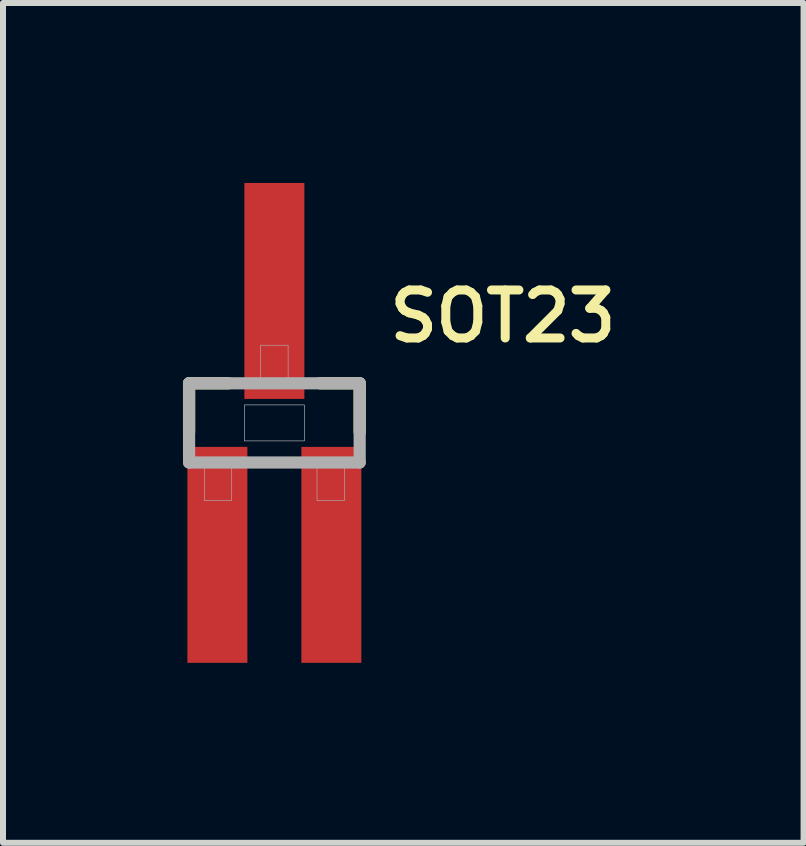
<source format=kicad_pcb>
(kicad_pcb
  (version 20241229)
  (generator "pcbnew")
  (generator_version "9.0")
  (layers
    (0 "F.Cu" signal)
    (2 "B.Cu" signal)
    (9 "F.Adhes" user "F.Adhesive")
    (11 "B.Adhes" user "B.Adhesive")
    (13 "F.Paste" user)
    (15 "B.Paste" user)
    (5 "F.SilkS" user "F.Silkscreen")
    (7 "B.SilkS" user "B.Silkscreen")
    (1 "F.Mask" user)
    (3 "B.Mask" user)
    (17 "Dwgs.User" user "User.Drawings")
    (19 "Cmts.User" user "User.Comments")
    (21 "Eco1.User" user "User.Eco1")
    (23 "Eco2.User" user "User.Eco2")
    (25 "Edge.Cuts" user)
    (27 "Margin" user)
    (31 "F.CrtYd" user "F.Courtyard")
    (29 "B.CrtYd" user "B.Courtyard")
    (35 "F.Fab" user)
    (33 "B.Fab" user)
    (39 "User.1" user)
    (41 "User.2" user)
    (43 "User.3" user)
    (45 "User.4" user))
  (footprint "SOT23"
    (layer "F.Cu")
    (at 1.524 4)
    (property "Reference" "SOT23" (at 3.81 -1.778 0) (layer "F.SilkS") (effects (font (size 0.8 0.8) (thickness 0.15))))
    (attr through_hole)
    (fp_line (start -1.422 -0.66) (end -0.764 -0.66) (stroke (width 0.203) (type solid)) (layer "F.SilkS"))
    (fp_line (start -1.422 0.152) (end -1.422 -0.66) (stroke (width 0.203) (type solid)) (layer "F.SilkS"))
    (fp_line (start 0.764 -0.66) (end 1.422 -0.66) (stroke (width 0.203) (type solid)) (layer "F.SilkS"))
    (fp_line (start 1.422 -0.66) (end 1.422 0.152) (stroke (width 0.203) (type solid)) (layer "F.SilkS"))
    (fp_poly (pts (xy -0.5 -0.3) (xy 0.5 -0.3) (xy 0.5 0.3) (xy -0.5 0.3)) (stroke (width 0.01) (type solid)) (fill no) (layer "Dwgs.User"))
    (fp_line (start -1.422 -0.66) (end 1.422 -0.66) (stroke (width 0.203) (type solid)) (layer "F.Fab"))
    (fp_line (start -1.422 0.66) (end -1.422 -0.66) (stroke (width 0.203) (type solid)) (layer "F.Fab"))
    (fp_line (start 1.422 -0.66) (end 1.422 0.66) (stroke (width 0.203) (type solid)) (layer "F.Fab"))
    (fp_line (start 1.422 0.66) (end -1.422 0.66) (stroke (width 0.203) (type solid)) (layer "F.Fab"))
    (fp_poly (pts (xy -1.168 0.711) (xy -0.711 0.711) (xy -0.711 1.295) (xy -1.168 1.295)) (stroke (width 0.01) (type solid)) (fill no) (layer "F.Fab"))
    (fp_poly (pts (xy -0.229 -1.295) (xy 0.229 -1.295) (xy 0.229 -0.711) (xy -0.229 -0.711)) (stroke (width 0.01) (type solid)) (fill no) (layer "F.Fab"))
    (fp_poly (pts (xy 0.711 0.711) (xy 1.168 0.711) (xy 1.168 1.295) (xy 0.711 1.295)) (stroke (width 0.01) (type solid)) (fill no) (layer "F.Fab"))
    (pad "1" smd rect (at -0.95 2.2) (size 1 3.6) (layers "F.Cu" "F.Mask" "F.Paste"))
    (pad "2" smd rect (at 0.95 2.2) (size 1 3.6) (layers "F.Cu" "F.Mask" "F.Paste"))
    (pad "3" smd rect (at 0 -2.2) (size 1 3.6) (layers "F.Cu" "F.Mask" "F.Paste")))
  (gr_rect
    (start -3 -3)
    (end 10.346 11)
    (stroke (width 0.1) (type default))
    (fill no)
    (layer "Edge.Cuts")))
</source>
